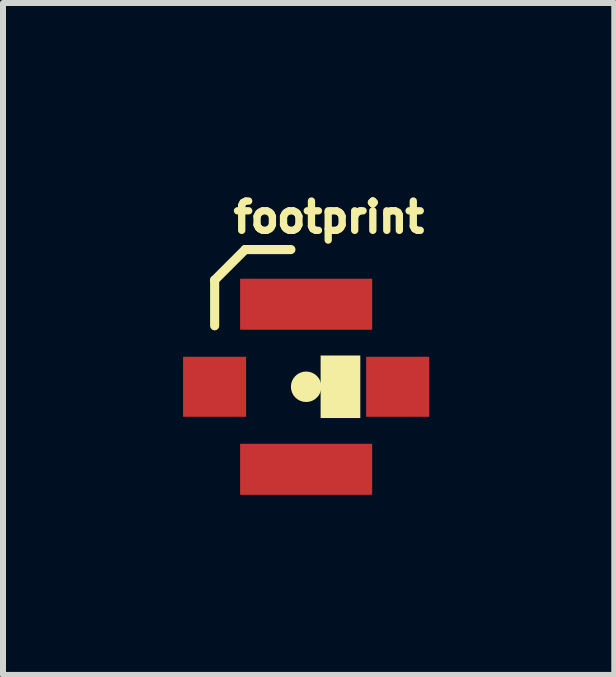
<source format=kicad_pcb>
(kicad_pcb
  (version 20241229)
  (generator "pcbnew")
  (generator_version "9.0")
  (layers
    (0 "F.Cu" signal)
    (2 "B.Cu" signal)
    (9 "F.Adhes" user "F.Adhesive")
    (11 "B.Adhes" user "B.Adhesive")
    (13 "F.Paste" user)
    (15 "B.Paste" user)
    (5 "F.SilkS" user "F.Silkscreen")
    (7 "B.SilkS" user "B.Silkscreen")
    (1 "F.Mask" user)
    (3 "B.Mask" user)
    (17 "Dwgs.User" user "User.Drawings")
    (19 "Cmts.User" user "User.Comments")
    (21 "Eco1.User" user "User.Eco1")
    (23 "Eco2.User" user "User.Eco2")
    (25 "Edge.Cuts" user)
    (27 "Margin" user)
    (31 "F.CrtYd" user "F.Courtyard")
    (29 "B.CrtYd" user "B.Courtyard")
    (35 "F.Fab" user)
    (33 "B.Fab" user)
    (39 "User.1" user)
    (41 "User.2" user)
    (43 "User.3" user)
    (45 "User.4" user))
  (footprint "footprint"
    (layer "F.Cu")
    (at 2.05 3.393)
    (property "Reference" "footprint" (at -1.27 -2.54 0) (layer "F.SilkS") (effects (font (size 0.488 0.488) (thickness 0.122)) (justify left bottom)))
    (fp_line (start -1.524 -1.778) (end -1.016 -2.286) (stroke (width 0.152) (type solid)) (layer "F.SilkS"))
    (fp_line (start -1.524 -1.016) (end -1.524 -1.778) (stroke (width 0.152) (type solid)) (layer "F.SilkS"))
    (fp_line (start -1.016 -2.286) (end -0.254 -2.286) (stroke (width 0.152) (type solid)) (layer "F.SilkS"))
    (fp_circle (center 0 0) (end 0.127 0) (stroke (width 0.254) (type solid)) (fill no) (layer "F.SilkS"))
    (fp_poly (pts (xy 0.902 0.521) (xy 0.241 0.521) (xy 0.241 -0.521) (xy 0.902 -0.521)) (stroke (width 0) (type solid)) (fill yes) (layer "F.SilkS"))
    (pad "1" smd rect (at 0 -1.375) (size 2.2 0.85) (layers "F.Cu" "F.Mask" "F.Paste"))
    (pad "2" smd rect (at 0 1.375) (size 2.2 0.85) (layers "F.Cu" "F.Mask" "F.Paste"))
    (pad "FEED" smd rect (at 1.525 0) (size 1.05 1) (layers "F.Cu" "F.Mask" "F.Paste"))
    (pad "NC" smd rect (at -1.525 0) (size 1.05 1) (layers "F.Cu" "F.Mask" "F.Paste")))
  (gr_rect
    (start -3 -3)
    (end 7.183 8.193)
    (stroke (width 0.1) (type default))
    (fill no)
    (layer "Edge.Cuts")))
</source>
